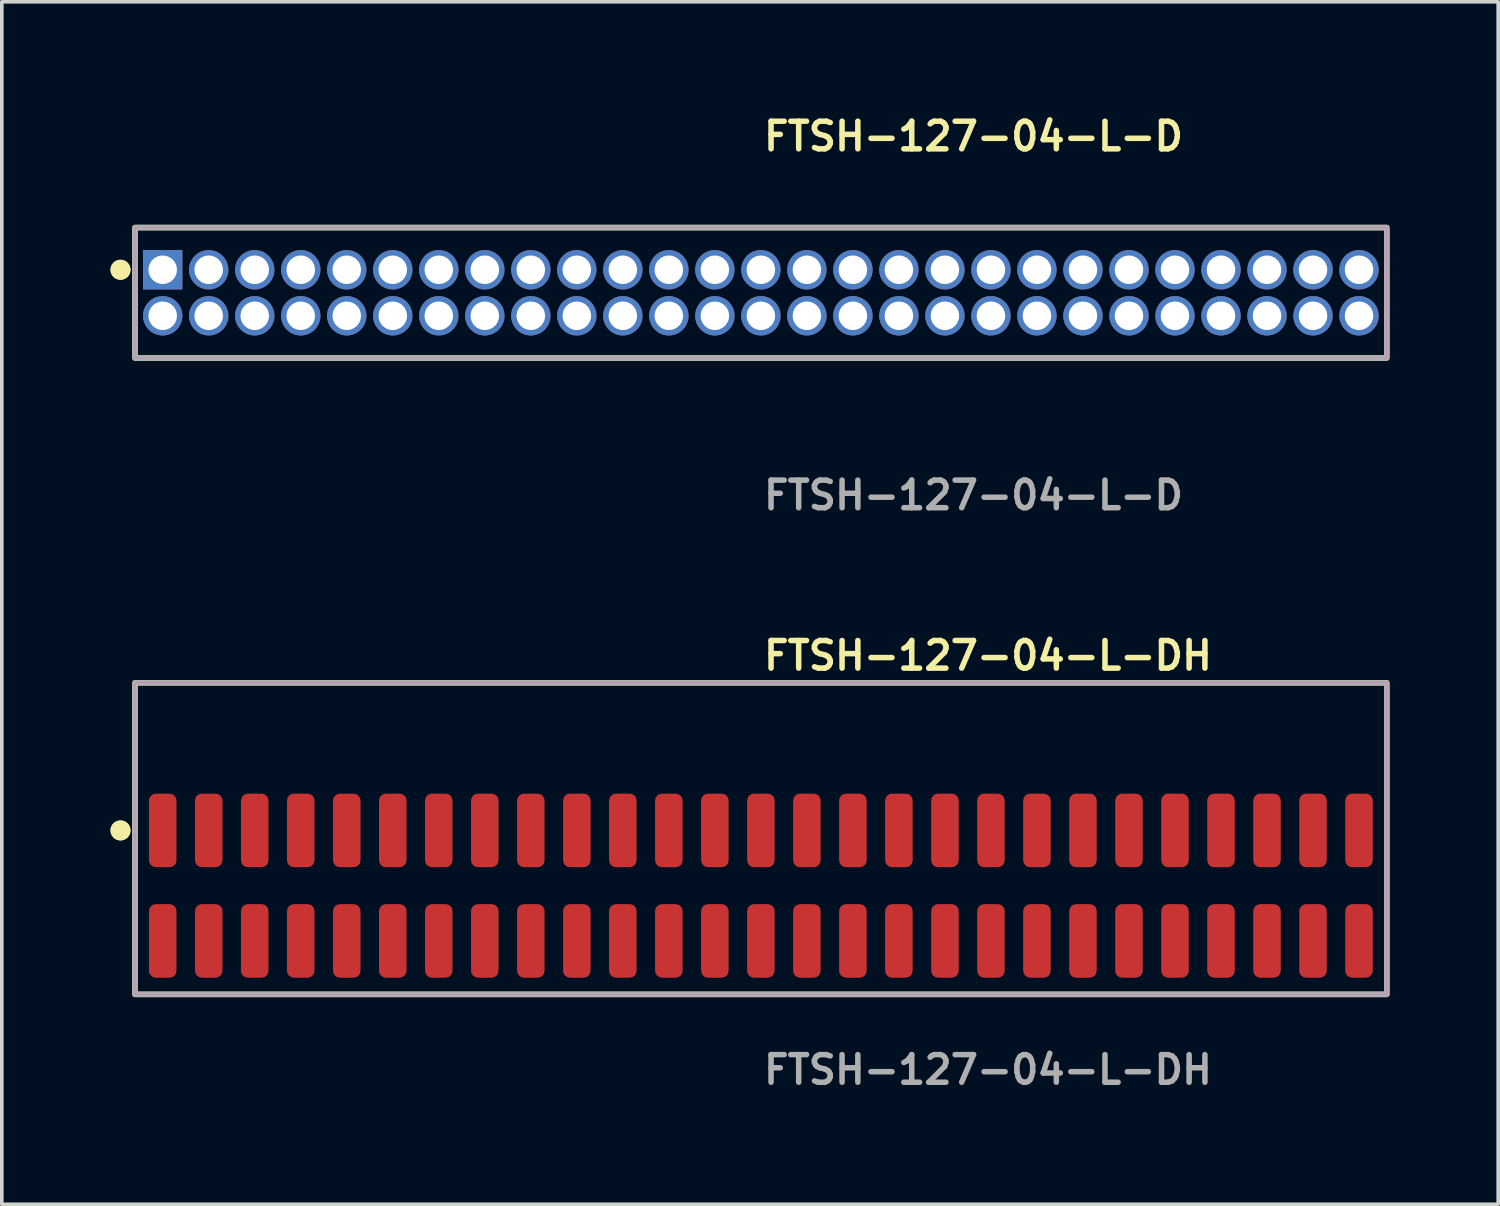
<source format=kicad_pcb>
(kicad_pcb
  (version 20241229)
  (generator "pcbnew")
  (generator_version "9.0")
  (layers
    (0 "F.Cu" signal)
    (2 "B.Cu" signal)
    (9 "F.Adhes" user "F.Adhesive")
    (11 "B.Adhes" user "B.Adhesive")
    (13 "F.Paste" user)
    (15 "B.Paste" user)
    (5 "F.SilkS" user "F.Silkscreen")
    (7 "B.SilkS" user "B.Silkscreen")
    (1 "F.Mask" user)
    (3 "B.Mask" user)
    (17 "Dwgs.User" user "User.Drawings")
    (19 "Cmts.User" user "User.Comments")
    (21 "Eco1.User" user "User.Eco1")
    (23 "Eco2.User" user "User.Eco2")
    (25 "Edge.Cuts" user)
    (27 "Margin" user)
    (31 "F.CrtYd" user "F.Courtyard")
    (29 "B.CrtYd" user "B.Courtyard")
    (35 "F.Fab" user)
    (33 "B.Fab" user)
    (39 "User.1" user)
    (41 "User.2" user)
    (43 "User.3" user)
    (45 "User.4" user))
  (footprint "FTSH-127-04-L-D"
    (layer "F.Cu")
    (at 17.951 5.031)
    (property "Reference" "FTSH-127-04-L-D" (at 0 -4.318 0) (unlocked yes) (layer "F.SilkS") (effects (font (size 0.762 0.762) (thickness 0.152)) (justify left)))
    (fp_rect (start -17.275 1.8) (end 17.275 -1.8) (stroke (width 0.152) (type solid)) (fill no) (layer "F.SilkS"))
    (fp_circle (center -17.675 -0.635) (end -17.875 -0.635) (stroke (width 0.152) (type solid)) (fill yes) (layer "F.SilkS"))
    (fp_circle (center -17.675 -0.635) (end -17.875 -0.635) (stroke (width 0.152) (type solid)) (fill yes) (layer "F.SilkS"))
    (fp_rect (start -17.275 1.8) (end 17.275 -1.8) (stroke (width 0.006) (type solid)) (fill no) (layer "F.CrtYd"))
    (fp_rect (start -17.275 1.8) (end 17.275 -1.8) (stroke (width 0.152) (type solid)) (fill no) (layer "F.Fab"))
    (fp_text user "${REFERENCE}" (at 0 5.588 0) (unlocked yes) (layer "F.Fab") (effects (font (size 0.762 0.762) (thickness 0.152)) (justify left)))
    (pad "1" thru_hole rect (at -16.51 -0.635) (size 1.087 1.087) (drill 0.787) (layers "*.Cu" "*.Mask"))
    (pad "2" thru_hole circle (at -16.51 0.635) (size 1.087 1.087) (drill 0.787) (layers "*.Cu" "*.Mask"))
    (pad "3" thru_hole circle (at -15.24 -0.635) (size 1.087 1.087) (drill 0.787) (layers "*.Cu" "*.Mask"))
    (pad "4" thru_hole circle (at -15.24 0.635) (size 1.087 1.087) (drill 0.787) (layers "*.Cu" "*.Mask"))
    (pad "5" thru_hole circle (at -13.97 -0.635) (size 1.087 1.087) (drill 0.787) (layers "*.Cu" "*.Mask"))
    (pad "6" thru_hole circle (at -13.97 0.635) (size 1.087 1.087) (drill 0.787) (layers "*.Cu" "*.Mask"))
    (pad "7" thru_hole circle (at -12.7 -0.635) (size 1.087 1.087) (drill 0.787) (layers "*.Cu" "*.Mask"))
    (pad "8" thru_hole circle (at -12.7 0.635) (size 1.087 1.087) (drill 0.787) (layers "*.Cu" "*.Mask"))
    (pad "9" thru_hole circle (at -11.43 -0.635) (size 1.087 1.087) (drill 0.787) (layers "*.Cu" "*.Mask"))
    (pad "10" thru_hole circle (at -11.43 0.635) (size 1.087 1.087) (drill 0.787) (layers "*.Cu" "*.Mask"))
    (pad "11" thru_hole circle (at -10.16 -0.635) (size 1.087 1.087) (drill 0.787) (layers "*.Cu" "*.Mask"))
    (pad "12" thru_hole circle (at -10.16 0.635) (size 1.087 1.087) (drill 0.787) (layers "*.Cu" "*.Mask"))
    (pad "13" thru_hole circle (at -8.89 -0.635) (size 1.087 1.087) (drill 0.787) (layers "*.Cu" "*.Mask"))
    (pad "14" thru_hole circle (at -8.89 0.635) (size 1.087 1.087) (drill 0.787) (layers "*.Cu" "*.Mask"))
    (pad "15" thru_hole circle (at -7.62 -0.635) (size 1.087 1.087) (drill 0.787) (layers "*.Cu" "*.Mask"))
    (pad "16" thru_hole circle (at -7.62 0.635) (size 1.087 1.087) (drill 0.787) (layers "*.Cu" "*.Mask"))
    (pad "17" thru_hole circle (at -6.35 -0.635) (size 1.087 1.087) (drill 0.787) (layers "*.Cu" "*.Mask"))
    (pad "18" thru_hole circle (at -6.35 0.635) (size 1.087 1.087) (drill 0.787) (layers "*.Cu" "*.Mask"))
    (pad "19" thru_hole circle (at -5.08 -0.635) (size 1.087 1.087) (drill 0.787) (layers "*.Cu" "*.Mask"))
    (pad "20" thru_hole circle (at -5.08 0.635) (size 1.087 1.087) (drill 0.787) (layers "*.Cu" "*.Mask"))
    (pad "21" thru_hole circle (at -3.81 -0.635) (size 1.087 1.087) (drill 0.787) (layers "*.Cu" "*.Mask"))
    (pad "22" thru_hole circle (at -3.81 0.635) (size 1.087 1.087) (drill 0.787) (layers "*.Cu" "*.Mask"))
    (pad "23" thru_hole circle (at -2.54 -0.635) (size 1.087 1.087) (drill 0.787) (layers "*.Cu" "*.Mask"))
    (pad "24" thru_hole circle (at -2.54 0.635) (size 1.087 1.087) (drill 0.787) (layers "*.Cu" "*.Mask"))
    (pad "25" thru_hole circle (at -1.27 -0.635) (size 1.087 1.087) (drill 0.787) (layers "*.Cu" "*.Mask"))
    (pad "26" thru_hole circle (at -1.27 0.635) (size 1.087 1.087) (drill 0.787) (layers "*.Cu" "*.Mask"))
    (pad "27" thru_hole circle (at 0 -0.635) (size 1.087 1.087) (drill 0.787) (layers "*.Cu" "*.Mask"))
    (pad "28" thru_hole circle (at 0 0.635) (size 1.087 1.087) (drill 0.787) (layers "*.Cu" "*.Mask"))
    (pad "29" thru_hole circle (at 1.27 -0.635) (size 1.087 1.087) (drill 0.787) (layers "*.Cu" "*.Mask"))
    (pad "30" thru_hole circle (at 1.27 0.635) (size 1.087 1.087) (drill 0.787) (layers "*.Cu" "*.Mask"))
    (pad "31" thru_hole circle (at 2.54 -0.635) (size 1.087 1.087) (drill 0.787) (layers "*.Cu" "*.Mask"))
    (pad "32" thru_hole circle (at 2.54 0.635) (size 1.087 1.087) (drill 0.787) (layers "*.Cu" "*.Mask"))
    (pad "33" thru_hole circle (at 3.81 -0.635) (size 1.087 1.087) (drill 0.787) (layers "*.Cu" "*.Mask"))
    (pad "34" thru_hole circle (at 3.81 0.635) (size 1.087 1.087) (drill 0.787) (layers "*.Cu" "*.Mask"))
    (pad "35" thru_hole circle (at 5.08 -0.635) (size 1.087 1.087) (drill 0.787) (layers "*.Cu" "*.Mask"))
    (pad "36" thru_hole circle (at 5.08 0.635) (size 1.087 1.087) (drill 0.787) (layers "*.Cu" "*.Mask"))
    (pad "37" thru_hole circle (at 6.35 -0.635) (size 1.087 1.087) (drill 0.787) (layers "*.Cu" "*.Mask"))
    (pad "38" thru_hole circle (at 6.35 0.635) (size 1.087 1.087) (drill 0.787) (layers "*.Cu" "*.Mask"))
    (pad "39" thru_hole circle (at 7.62 -0.635) (size 1.087 1.087) (drill 0.787) (layers "*.Cu" "*.Mask"))
    (pad "40" thru_hole circle (at 7.62 0.635) (size 1.087 1.087) (drill 0.787) (layers "*.Cu" "*.Mask"))
    (pad "41" thru_hole circle (at 8.89 -0.635) (size 1.087 1.087) (drill 0.787) (layers "*.Cu" "*.Mask"))
    (pad "42" thru_hole circle (at 8.89 0.635) (size 1.087 1.087) (drill 0.787) (layers "*.Cu" "*.Mask"))
    (pad "43" thru_hole circle (at 10.16 -0.635) (size 1.087 1.087) (drill 0.787) (layers "*.Cu" "*.Mask"))
    (pad "44" thru_hole circle (at 10.16 0.635) (size 1.087 1.087) (drill 0.787) (layers "*.Cu" "*.Mask"))
    (pad "45" thru_hole circle (at 11.43 -0.635) (size 1.087 1.087) (drill 0.787) (layers "*.Cu" "*.Mask"))
    (pad "46" thru_hole circle (at 11.43 0.635) (size 1.087 1.087) (drill 0.787) (layers "*.Cu" "*.Mask"))
    (pad "47" thru_hole circle (at 12.7 -0.635) (size 1.087 1.087) (drill 0.787) (layers "*.Cu" "*.Mask"))
    (pad "48" thru_hole circle (at 12.7 0.635) (size 1.087 1.087) (drill 0.787) (layers "*.Cu" "*.Mask"))
    (pad "49" thru_hole circle (at 13.97 -0.635) (size 1.087 1.087) (drill 0.787) (layers "*.Cu" "*.Mask"))
    (pad "50" thru_hole circle (at 13.97 0.635) (size 1.087 1.087) (drill 0.787) (layers "*.Cu" "*.Mask"))
    (pad "51" thru_hole circle (at 15.24 -0.635) (size 1.087 1.087) (drill 0.787) (layers "*.Cu" "*.Mask"))
    (pad "52" thru_hole circle (at 15.24 0.635) (size 1.087 1.087) (drill 0.787) (layers "*.Cu" "*.Mask"))
    (pad "53" thru_hole circle (at 16.51 -0.635) (size 1.087 1.087) (drill 0.787) (layers "*.Cu" "*.Mask"))
    (pad "54" thru_hole circle (at 16.51 0.635) (size 1.087 1.087) (drill 0.787) (layers "*.Cu" "*.Mask")))
  (footprint "FTSH-127-04-L-DH"
    (layer "F.Cu")
    (at 17.951 21.396)
    (property "Reference" "FTSH-127-04-L-DH" (at 0 -6.35 0) (unlocked yes) (layer "F.SilkS") (effects (font (size 0.762 0.762) (thickness 0.152)) (justify left)))
    (fp_rect (start -17.275 3) (end 17.275 -5.6) (stroke (width 0.152) (type solid)) (fill no) (layer "F.SilkS"))
    (fp_circle (center -17.675 -1.525) (end -17.875 -1.525) (stroke (width 0.152) (type solid)) (fill yes) (layer "F.SilkS"))
    (fp_circle (center -17.675 -1.525) (end -17.875 -1.525) (stroke (width 0.152) (type solid)) (fill yes) (layer "F.SilkS"))
    (fp_rect (start -17.275 3) (end 17.275 -5.6) (stroke (width 0.006) (type solid)) (fill no) (layer "F.CrtYd"))
    (fp_rect (start -17.275 3) (end 17.275 -5.6) (stroke (width 0.152) (type solid)) (fill no) (layer "F.Fab"))
    (fp_text user "${REFERENCE}" (at 0 5.08 0) (unlocked yes) (layer "F.Fab") (effects (font (size 0.762 0.762) (thickness 0.152)) (justify left)))
    (pad "1" smd roundrect (at -16.51 -1.525) (size 0.76 2.03) (layers "F.Cu" "F.Paste") (roundrect_rratio 0.25))
    (pad "2" smd roundrect (at -16.51 1.525) (size 0.76 2.03) (layers "F.Cu" "F.Paste") (roundrect_rratio 0.25))
    (pad "3" smd roundrect (at -15.24 -1.525) (size 0.76 2.03) (layers "F.Cu" "F.Paste") (roundrect_rratio 0.25))
    (pad "4" smd roundrect (at -15.24 1.525) (size 0.76 2.03) (layers "F.Cu" "F.Paste") (roundrect_rratio 0.25))
    (pad "5" smd roundrect (at -13.97 -1.525) (size 0.76 2.03) (layers "F.Cu" "F.Paste") (roundrect_rratio 0.25))
    (pad "6" smd roundrect (at -13.97 1.525) (size 0.76 2.03) (layers "F.Cu" "F.Paste") (roundrect_rratio 0.25))
    (pad "7" smd roundrect (at -12.7 -1.525) (size 0.76 2.03) (layers "F.Cu" "F.Paste") (roundrect_rratio 0.25))
    (pad "8" smd roundrect (at -12.7 1.525) (size 0.76 2.03) (layers "F.Cu" "F.Paste") (roundrect_rratio 0.25))
    (pad "9" smd roundrect (at -11.43 -1.525) (size 0.76 2.03) (layers "F.Cu" "F.Paste") (roundrect_rratio 0.25))
    (pad "10" smd roundrect (at -11.43 1.525) (size 0.76 2.03) (layers "F.Cu" "F.Paste") (roundrect_rratio 0.25))
    (pad "11" smd roundrect (at -10.16 -1.525) (size 0.76 2.03) (layers "F.Cu" "F.Paste") (roundrect_rratio 0.25))
    (pad "12" smd roundrect (at -10.16 1.525) (size 0.76 2.03) (layers "F.Cu" "F.Paste") (roundrect_rratio 0.25))
    (pad "13" smd roundrect (at -8.89 -1.525) (size 0.76 2.03) (layers "F.Cu" "F.Paste") (roundrect_rratio 0.25))
    (pad "14" smd roundrect (at -8.89 1.525) (size 0.76 2.03) (layers "F.Cu" "F.Paste") (roundrect_rratio 0.25))
    (pad "15" smd roundrect (at -7.62 -1.525) (size 0.76 2.03) (layers "F.Cu" "F.Paste") (roundrect_rratio 0.25))
    (pad "16" smd roundrect (at -7.62 1.525) (size 0.76 2.03) (layers "F.Cu" "F.Paste") (roundrect_rratio 0.25))
    (pad "17" smd roundrect (at -6.35 -1.525) (size 0.76 2.03) (layers "F.Cu" "F.Paste") (roundrect_rratio 0.25))
    (pad "18" smd roundrect (at -6.35 1.525) (size 0.76 2.03) (layers "F.Cu" "F.Paste") (roundrect_rratio 0.25))
    (pad "19" smd roundrect (at -5.08 -1.525) (size 0.76 2.03) (layers "F.Cu" "F.Paste") (roundrect_rratio 0.25))
    (pad "20" smd roundrect (at -5.08 1.525) (size 0.76 2.03) (layers "F.Cu" "F.Paste") (roundrect_rratio 0.25))
    (pad "21" smd roundrect (at -3.81 -1.525) (size 0.76 2.03) (layers "F.Cu" "F.Paste") (roundrect_rratio 0.25))
    (pad "22" smd roundrect (at -3.81 1.525) (size 0.76 2.03) (layers "F.Cu" "F.Paste") (roundrect_rratio 0.25))
    (pad "23" smd roundrect (at -2.54 -1.525) (size 0.76 2.03) (layers "F.Cu" "F.Paste") (roundrect_rratio 0.25))
    (pad "24" smd roundrect (at -2.54 1.525) (size 0.76 2.03) (layers "F.Cu" "F.Paste") (roundrect_rratio 0.25))
    (pad "25" smd roundrect (at -1.27 -1.525) (size 0.76 2.03) (layers "F.Cu" "F.Paste") (roundrect_rratio 0.25))
    (pad "26" smd roundrect (at -1.27 1.525) (size 0.76 2.03) (layers "F.Cu" "F.Paste") (roundrect_rratio 0.25))
    (pad "27" smd roundrect (at 0 -1.525) (size 0.76 2.03) (layers "F.Cu" "F.Paste") (roundrect_rratio 0.25))
    (pad "28" smd roundrect (at 0 1.525) (size 0.76 2.03) (layers "F.Cu" "F.Paste") (roundrect_rratio 0.25))
    (pad "29" smd roundrect (at 1.27 -1.525) (size 0.76 2.03) (layers "F.Cu" "F.Paste") (roundrect_rratio 0.25))
    (pad "30" smd roundrect (at 1.27 1.525) (size 0.76 2.03) (layers "F.Cu" "F.Paste") (roundrect_rratio 0.25))
    (pad "31" smd roundrect (at 2.54 -1.525) (size 0.76 2.03) (layers "F.Cu" "F.Paste") (roundrect_rratio 0.25))
    (pad "32" smd roundrect (at 2.54 1.525) (size 0.76 2.03) (layers "F.Cu" "F.Paste") (roundrect_rratio 0.25))
    (pad "33" smd roundrect (at 3.81 -1.525) (size 0.76 2.03) (layers "F.Cu" "F.Paste") (roundrect_rratio 0.25))
    (pad "34" smd roundrect (at 3.81 1.525) (size 0.76 2.03) (layers "F.Cu" "F.Paste") (roundrect_rratio 0.25))
    (pad "35" smd roundrect (at 5.08 -1.525) (size 0.76 2.03) (layers "F.Cu" "F.Paste") (roundrect_rratio 0.25))
    (pad "36" smd roundrect (at 5.08 1.525) (size 0.76 2.03) (layers "F.Cu" "F.Paste") (roundrect_rratio 0.25))
    (pad "37" smd roundrect (at 6.35 -1.525) (size 0.76 2.03) (layers "F.Cu" "F.Paste") (roundrect_rratio 0.25))
    (pad "38" smd roundrect (at 6.35 1.525) (size 0.76 2.03) (layers "F.Cu" "F.Paste") (roundrect_rratio 0.25))
    (pad "39" smd roundrect (at 7.62 -1.525) (size 0.76 2.03) (layers "F.Cu" "F.Paste") (roundrect_rratio 0.25))
    (pad "40" smd roundrect (at 7.62 1.525) (size 0.76 2.03) (layers "F.Cu" "F.Paste") (roundrect_rratio 0.25))
    (pad "41" smd roundrect (at 8.89 -1.525) (size 0.76 2.03) (layers "F.Cu" "F.Paste") (roundrect_rratio 0.25))
    (pad "42" smd roundrect (at 8.89 1.525) (size 0.76 2.03) (layers "F.Cu" "F.Paste") (roundrect_rratio 0.25))
    (pad "43" smd roundrect (at 10.16 -1.525) (size 0.76 2.03) (layers "F.Cu" "F.Paste") (roundrect_rratio 0.25))
    (pad "44" smd roundrect (at 10.16 1.525) (size 0.76 2.03) (layers "F.Cu" "F.Paste") (roundrect_rratio 0.25))
    (pad "45" smd roundrect (at 11.43 -1.525) (size 0.76 2.03) (layers "F.Cu" "F.Paste") (roundrect_rratio 0.25))
    (pad "46" smd roundrect (at 11.43 1.525) (size 0.76 2.03) (layers "F.Cu" "F.Paste") (roundrect_rratio 0.25))
    (pad "47" smd roundrect (at 12.7 -1.525) (size 0.76 2.03) (layers "F.Cu" "F.Paste") (roundrect_rratio 0.25))
    (pad "48" smd roundrect (at 12.7 1.525) (size 0.76 2.03) (layers "F.Cu" "F.Paste") (roundrect_rratio 0.25))
    (pad "49" smd roundrect (at 13.97 -1.525) (size 0.76 2.03) (layers "F.Cu" "F.Paste") (roundrect_rratio 0.25))
    (pad "50" smd roundrect (at 13.97 1.525) (size 0.76 2.03) (layers "F.Cu" "F.Paste") (roundrect_rratio 0.25))
    (pad "51" smd roundrect (at 15.24 -1.525) (size 0.76 2.03) (layers "F.Cu" "F.Paste") (roundrect_rratio 0.25))
    (pad "52" smd roundrect (at 15.24 1.525) (size 0.76 2.03) (layers "F.Cu" "F.Paste") (roundrect_rratio 0.25))
    (pad "53" smd roundrect (at 16.51 -1.525) (size 0.76 2.03) (layers "F.Cu" "F.Paste") (roundrect_rratio 0.25))
    (pad "54" smd roundrect (at 16.51 1.525) (size 0.76 2.03) (layers "F.Cu" "F.Paste") (roundrect_rratio 0.25)))
  (gr_rect
    (start -3 -3)
    (end 38.302 30.189)
    (stroke (width 0.1) (type default))
    (fill no)
    (layer "Edge.Cuts")))
</source>
